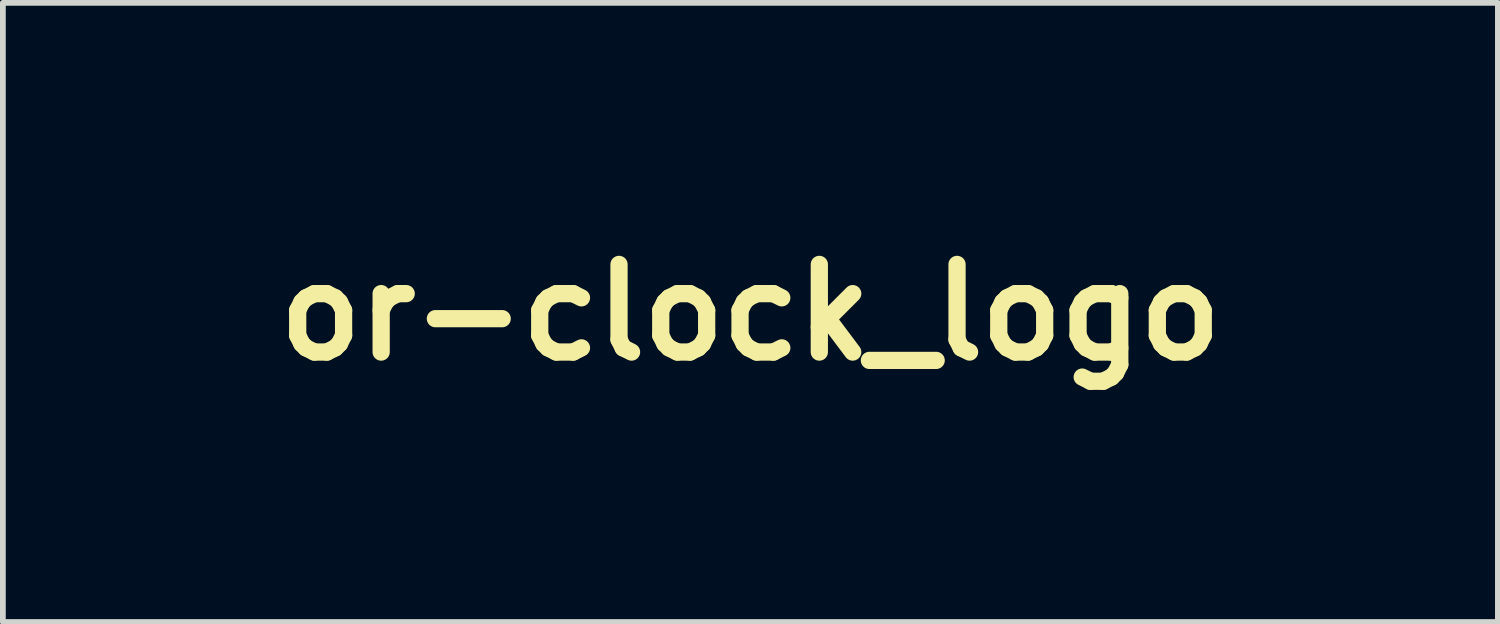
<source format=kicad_pcb>
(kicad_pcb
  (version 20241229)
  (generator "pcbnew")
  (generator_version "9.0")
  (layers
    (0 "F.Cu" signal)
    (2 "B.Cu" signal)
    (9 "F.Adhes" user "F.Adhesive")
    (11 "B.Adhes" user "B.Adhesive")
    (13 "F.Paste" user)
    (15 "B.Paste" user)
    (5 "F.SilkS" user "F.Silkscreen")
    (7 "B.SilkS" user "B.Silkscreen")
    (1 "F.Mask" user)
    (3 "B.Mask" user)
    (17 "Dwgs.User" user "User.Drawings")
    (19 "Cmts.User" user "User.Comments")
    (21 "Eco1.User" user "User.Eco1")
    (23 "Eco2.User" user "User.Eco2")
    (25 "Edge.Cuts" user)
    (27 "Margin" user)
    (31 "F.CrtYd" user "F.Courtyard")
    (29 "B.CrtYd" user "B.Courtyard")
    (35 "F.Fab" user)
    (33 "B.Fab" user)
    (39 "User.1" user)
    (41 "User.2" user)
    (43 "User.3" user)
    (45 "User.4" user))
  (footprint "or-clock_logo"
    (layer "F.Cu")
    (at 10.001 2.383)
    (property "Reference" "or-clock_logo" (at 0 0 0) (layer "F.SilkS") (effects (font (size 1.524 1.524) (thickness 0.3))))
    (attr through_hole)
    (fp_poly (pts (xy 1.828 1.862) (xy 1.21 1.862) (xy 1.21 -1.854) (xy 1.828 -1.854) (xy 1.828 1.862)) (stroke (width 0.01) (type solid)) (fill yes) (layer "F.Mask"))
    (fp_poly (pts (xy -2.074 0.542) (xy -2.692 0.542) (xy -2.814 0.542) (xy -2.919 0.541) (xy -3.01 0.541) (xy -3.087 0.541) (xy -3.151 0.54) (xy -3.203 0.539) (xy -3.243 0.538) (xy -3.274 0.537) (xy -3.295 0.535) (xy -3.308 0.534) (xy -3.314 0.532) (xy -3.314 0.531) (xy -3.315 0.52) (xy -3.316 0.495) (xy -3.316 0.456) (xy -3.316 0.407) (xy -3.316 0.348) (xy -3.316 0.283) (xy -3.316 0.22) (xy -3.314 -0.08) (xy -2.074 -0.085) (xy -2.074 0.542)) (stroke (width 0.01) (type solid)) (fill yes) (layer "F.Mask"))
    (fp_poly (pts (xy -4.965 -1.069) (xy -4.807 -0.741) (xy -4.808 -0.453) (xy -4.966 -0.235) (xy -5.125 -0.017) (xy -5.446 -0.019) (xy -5.523 -0.019) (xy -5.599 -0.02) (xy -5.671 -0.02) (xy -5.736 -0.021) (xy -5.791 -0.022) (xy -5.835 -0.023) (xy -5.863 -0.023) (xy -5.959 -0.026) (xy -5.959 -0.6) (xy -5.451 -0.6) (xy -5.389 -0.603) (xy -5.356 -0.605) (xy -5.336 -0.609) (xy -5.327 -0.615) (xy -5.326 -0.618) (xy -5.328 -0.63) (xy -5.338 -0.654) (xy -5.352 -0.687) (xy -5.37 -0.728) (xy -5.386 -0.762) (xy -5.45 -0.893) (xy -5.45 -0.747) (xy -5.451 -0.6) (xy -5.959 -0.6) (xy -5.959 -1.397) (xy -5.124 -1.397) (xy -4.965 -1.069)) (stroke (width 0.01) (type solid)) (fill yes) (layer "F.Mask"))
    (fp_poly (pts (xy 4.475 -0.637) (xy 4.697 -0.233) (xy 4.697 0.415) (xy 4.697 1.062) (xy 4.18 1.913) (xy 2.888 1.913) (xy 2.646 1.504) (xy 2.404 1.096) (xy 2.404 -0.066) (xy 3.022 -0.066) (xy 3.022 0.923) (xy 3.103 1.06) (xy 3.131 1.107) (xy 3.158 1.153) (xy 3.183 1.195) (xy 3.203 1.227) (xy 3.214 1.246) (xy 3.243 1.295) (xy 3.83 1.295) (xy 3.955 1.09) (xy 4.08 0.885) (xy 4.079 0.407) (xy 4.079 -0.072) (xy 3.983 -0.245) (xy 3.888 -0.419) (xy 3.238 -0.419) (xy 3.022 -0.066) (xy 2.404 -0.066) (xy 2.404 -0.243) (xy 2.647 -0.642) (xy 2.89 -1.041) (xy 4.253 -1.041) (xy 4.475 -0.637)) (stroke (width 0.01) (type solid)) (fill yes) (layer "F.Mask"))
    (fp_poly (pts (xy -7.639 -1.091) (xy -7.414 -0.753) (xy -7.414 0.752) (xy -7.639 1.091) (xy -7.864 1.43) (xy -8.599 1.43) (xy -8.824 1.094) (xy -9.048 0.758) (xy -9.048 0.61) (xy -8.532 0.61) (xy -8.437 0.751) (xy -8.408 0.796) (xy -8.381 0.836) (xy -8.358 0.869) (xy -8.34 0.894) (xy -8.331 0.907) (xy -8.33 0.908) (xy -8.322 0.915) (xy -8.31 0.919) (xy -8.29 0.921) (xy -8.259 0.921) (xy -8.227 0.921) (xy -8.138 0.918) (xy -7.931 0.605) (xy -7.931 0) (xy -7.931 -0.605) (xy -8.034 -0.762) (xy -8.138 -0.918) (xy -8.324 -0.918) (xy -8.531 -0.614) (xy -8.532 0.61) (xy -9.048 0.61) (xy -9.048 -0.758) (xy -8.824 -1.094) (xy -8.599 -1.43) (xy -7.865 -1.43) (xy -7.639 -1.091)) (stroke (width 0.01) (type solid)) (fill yes) (layer "F.Mask"))
    (fp_poly (pts (xy 0.413 -0.857) (xy 0.441 -0.792) (xy 0.472 -0.717) (xy 0.505 -0.638) (xy 0.538 -0.56) (xy 0.568 -0.489) (xy 0.574 -0.474) (xy 0.601 -0.41) (xy 0.621 -0.36) (xy 0.635 -0.322) (xy 0.644 -0.295) (xy 0.648 -0.279) (xy 0.648 -0.27) (xy 0.646 -0.268) (xy 0.635 -0.263) (xy 0.61 -0.252) (xy 0.575 -0.237) (xy 0.53 -0.218) (xy 0.48 -0.197) (xy 0.425 -0.174) (xy 0.367 -0.15) (xy 0.31 -0.126) (xy 0.256 -0.104) (xy 0.206 -0.083) (xy 0.162 -0.066) (xy 0.128 -0.052) (xy 0.105 -0.043) (xy 0.095 -0.039) (xy 0.088 -0.047) (xy 0.076 -0.068) (xy 0.059 -0.104) (xy 0.038 -0.151) (xy 0.013 -0.209) (xy 0.004 -0.229) (xy -0.075 -0.419) (xy -0.387 -0.421) (xy -0.698 -0.423) (xy -0.806 -0.246) (xy -0.914 -0.069) (xy -0.914 0.429) (xy -0.914 0.927) (xy -0.806 1.109) (xy -0.697 1.291) (xy -0.13 1.295) (xy -0.018 1.067) (xy 0.094 0.839) (xy 0.294 0.937) (xy 0.353 0.965) (xy 0.412 0.994) (xy 0.467 1.021) (xy 0.515 1.044) (xy 0.554 1.062) (xy 0.573 1.072) (xy 0.651 1.109) (xy 0.555 1.305) (xy 0.523 1.373) (xy 0.485 1.45) (xy 0.446 1.531) (xy 0.407 1.611) (xy 0.371 1.684) (xy 0.36 1.708) (xy 0.26 1.913) (xy -1.049 1.913) (xy -1.186 1.682) (xy -1.227 1.614) (xy -1.271 1.539) (xy -1.316 1.463) (xy -1.36 1.389) (xy -1.4 1.322) (xy -1.432 1.268) (xy -1.54 1.085) (xy -1.54 -0.233) (xy -1.294 -0.637) (xy -1.047 -1.041) (xy 0.336 -1.041) (xy 0.413 -0.857)) (stroke (width 0.01) (type solid)) (fill yes) (layer "F.Mask"))
    (fp_poly (pts (xy 7.247 -0.659) (xy 7.279 -0.583) (xy 7.308 -0.512) (xy 7.334 -0.447) (xy 7.356 -0.39) (xy 7.375 -0.342) (xy 7.389 -0.306) (xy 7.397 -0.281) (xy 7.4 -0.271) (xy 7.4 -0.27) (xy 7.391 -0.266) (xy 7.368 -0.256) (xy 7.335 -0.241) (xy 7.292 -0.223) (xy 7.243 -0.202) (xy 7.188 -0.179) (xy 7.131 -0.156) (xy 7.074 -0.132) (xy 7.018 -0.109) (xy 6.966 -0.087) (xy 6.92 -0.068) (xy 6.882 -0.053) (xy 6.854 -0.042) (xy 6.838 -0.036) (xy 6.835 -0.036) (xy 6.831 -0.044) (xy 6.822 -0.065) (xy 6.808 -0.098) (xy 6.791 -0.141) (xy 6.77 -0.19) (xy 6.754 -0.231) (xy 6.674 -0.423) (xy 6.361 -0.421) (xy 6.049 -0.419) (xy 5.94 -0.241) (xy 5.832 -0.063) (xy 5.832 0.428) (xy 5.832 0.919) (xy 5.943 1.107) (xy 6.054 1.295) (xy 6.625 1.295) (xy 6.643 1.255) (xy 6.651 1.236) (xy 6.666 1.204) (xy 6.686 1.163) (xy 6.709 1.115) (xy 6.735 1.062) (xy 6.752 1.027) (xy 6.844 0.839) (xy 7.114 0.97) (xy 7.177 1.001) (xy 7.235 1.029) (xy 7.287 1.055) (xy 7.33 1.076) (xy 7.363 1.093) (xy 7.384 1.104) (xy 7.392 1.108) (xy 7.389 1.117) (xy 7.38 1.139) (xy 7.365 1.174) (xy 7.345 1.22) (xy 7.319 1.275) (xy 7.289 1.338) (xy 7.256 1.408) (xy 7.22 1.483) (xy 7.205 1.514) (xy 7.012 1.912) (xy 6.356 1.912) (xy 5.7 1.913) (xy 5.457 1.503) (xy 5.214 1.093) (xy 5.214 0.426) (xy 5.214 -0.241) (xy 5.7 -1.04) (xy 7.088 -1.041) (xy 7.247 -0.659)) (stroke (width 0.01) (type solid)) (fill yes) (layer "F.Mask"))
    (fp_poly (pts (xy -7.133 -2.046) (xy -6.911 -1.714) (xy -6.909 -2.029) (xy -6.906 -2.345) (xy -5.716 -2.342) (xy -4.525 -2.34) (xy -4.192 -1.65) (xy -3.86 -0.961) (xy -3.86 -0.552) (xy -3.86 -0.144) (xy -3.938 -0.036) (xy -3.966 0.002) (xy -3.99 0.035) (xy -4.009 0.061) (xy -4.021 0.078) (xy -4.024 0.083) (xy -4.021 0.094) (xy -4.007 0.117) (xy -3.983 0.148) (xy -3.974 0.158) (xy -3.919 0.223) (xy -3.919 2.361) (xy -5.383 2.361) (xy -5.383 0.855) (xy -5.451 0.855) (xy -5.451 2.361) (xy -6.906 2.361) (xy -6.909 2.038) (xy -6.91 1.837) (xy -6.399 1.837) (xy -5.959 1.837) (xy -5.959 0.415) (xy -5.626 0.416) (xy -5.547 0.416) (xy -5.468 0.417) (xy -5.392 0.418) (xy -5.322 0.419) (xy -5.26 0.42) (xy -5.21 0.421) (xy -5.175 0.422) (xy -5.055 0.427) (xy -4.875 0.638) (xy -4.875 1.904) (xy -4.435 1.904) (xy -4.435 0.478) (xy -4.567 0.326) (xy -4.604 0.282) (xy -4.638 0.243) (xy -4.666 0.21) (xy -4.687 0.184) (xy -4.7 0.168) (xy -4.703 0.163) (xy -4.699 0.154) (xy -4.687 0.133) (xy -4.666 0.102) (xy -4.639 0.062) (xy -4.606 0.015) (xy -4.569 -0.038) (xy -4.537 -0.082) (xy -4.367 -0.317) (xy -4.367 -0.836) (xy -4.607 -1.334) (xy -4.848 -1.832) (xy -5.623 -1.835) (xy -6.399 -1.837) (xy -6.399 1.837) (xy -6.91 1.837) (xy -6.911 1.714) (xy -7.133 2.046) (xy -7.355 2.378) (xy -8.233 2.378) (xy -9.111 2.378) (xy -9.554 1.711) (xy -9.996 1.044) (xy -9.996 -0.883) (xy -9.488 -0.883) (xy -9.488 0.001) (xy -9.488 0.884) (xy -9.161 1.377) (xy -8.834 1.871) (xy -7.63 1.87) (xy -6.983 0.894) (xy -6.983 -0.894) (xy -7.306 -1.382) (xy -7.63 -1.87) (xy -8.232 -1.87) (xy -8.834 -1.871) (xy -9.161 -1.377) (xy -9.488 -0.883) (xy -9.996 -0.883) (xy -9.996 -1.044) (xy -9.554 -1.711) (xy -9.111 -2.378) (xy -8.233 -2.378) (xy -7.355 -2.378) (xy -7.133 -2.046)) (stroke (width 0.01) (type solid)) (fill yes) (layer "F.Mask"))
    (fp_poly (pts (xy 8.191 -1.852) (xy 8.502 -1.849) (xy 8.506 -0.871) (xy 8.51 0.107) (xy 8.959 -0.526) (xy 9.024 -0.618) (xy 9.087 -0.706) (xy 9.146 -0.79) (xy 9.201 -0.867) (xy 9.252 -0.937) (xy 9.297 -0.999) (xy 9.335 -1.052) (xy 9.367 -1.096) (xy 9.391 -1.128) (xy 9.407 -1.149) (xy 9.414 -1.157) (xy 9.414 -1.157) (xy 9.423 -1.152) (xy 9.444 -1.138) (xy 9.474 -1.117) (xy 9.512 -1.09) (xy 9.557 -1.059) (xy 9.605 -1.025) (xy 9.655 -0.989) (xy 9.706 -0.953) (xy 9.755 -0.918) (xy 9.8 -0.885) (xy 9.841 -0.856) (xy 9.873 -0.832) (xy 9.897 -0.814) (xy 9.91 -0.804) (xy 9.911 -0.803) (xy 9.906 -0.795) (xy 9.892 -0.775) (xy 9.87 -0.743) (xy 9.841 -0.7) (xy 9.804 -0.648) (xy 9.762 -0.587) (xy 9.714 -0.519) (xy 9.662 -0.445) (xy 9.605 -0.366) (xy 9.546 -0.282) (xy 9.538 -0.27) (xy 9.478 -0.186) (xy 9.421 -0.105) (xy 9.368 -0.03) (xy 9.319 0.04) (xy 9.275 0.102) (xy 9.238 0.156) (xy 9.206 0.201) (xy 9.183 0.236) (xy 9.167 0.259) (xy 9.161 0.27) (xy 9.161 0.27) (xy 9.164 0.279) (xy 9.176 0.302) (xy 9.195 0.337) (xy 9.221 0.384) (xy 9.253 0.441) (xy 9.291 0.508) (xy 9.334 0.584) (xy 9.382 0.667) (xy 9.433 0.756) (xy 9.488 0.851) (xy 9.546 0.951) (xy 9.576 1.002) (xy 9.635 1.104) (xy 9.692 1.201) (xy 9.745 1.293) (xy 9.795 1.378) (xy 9.84 1.457) (xy 9.881 1.527) (xy 9.916 1.588) (xy 9.946 1.639) (xy 9.969 1.679) (xy 9.984 1.707) (xy 9.992 1.721) (xy 9.993 1.723) (xy 9.985 1.728) (xy 9.965 1.74) (xy 9.934 1.759) (xy 9.894 1.782) (xy 9.847 1.809) (xy 9.797 1.839) (xy 9.743 1.87) (xy 9.689 1.901) (xy 9.637 1.931) (xy 9.588 1.959) (xy 9.545 1.984) (xy 9.51 2.004) (xy 9.484 2.019) (xy 9.47 2.027) (xy 9.468 2.028) (xy 9.462 2.021) (xy 9.449 2.001) (xy 9.427 1.967) (xy 9.399 1.921) (xy 9.364 1.863) (xy 9.322 1.794) (xy 9.276 1.715) (xy 9.223 1.627) (xy 9.166 1.53) (xy 9.108 1.43) (xy 8.758 0.829) (xy 8.632 1.007) (xy 8.506 1.184) (xy 8.506 1.862) (xy 7.88 1.862) (xy 7.88 -1.854) (xy 8.191 -1.852)) (stroke (width 0.01) (type solid)) (fill yes) (layer "F.Mask")))
  (gr_rect
    (start -3 -3)
    (end 22.999 7.767)
    (stroke (width 0.1) (type default))
    (fill no)
    (layer "Edge.Cuts")))
</source>
